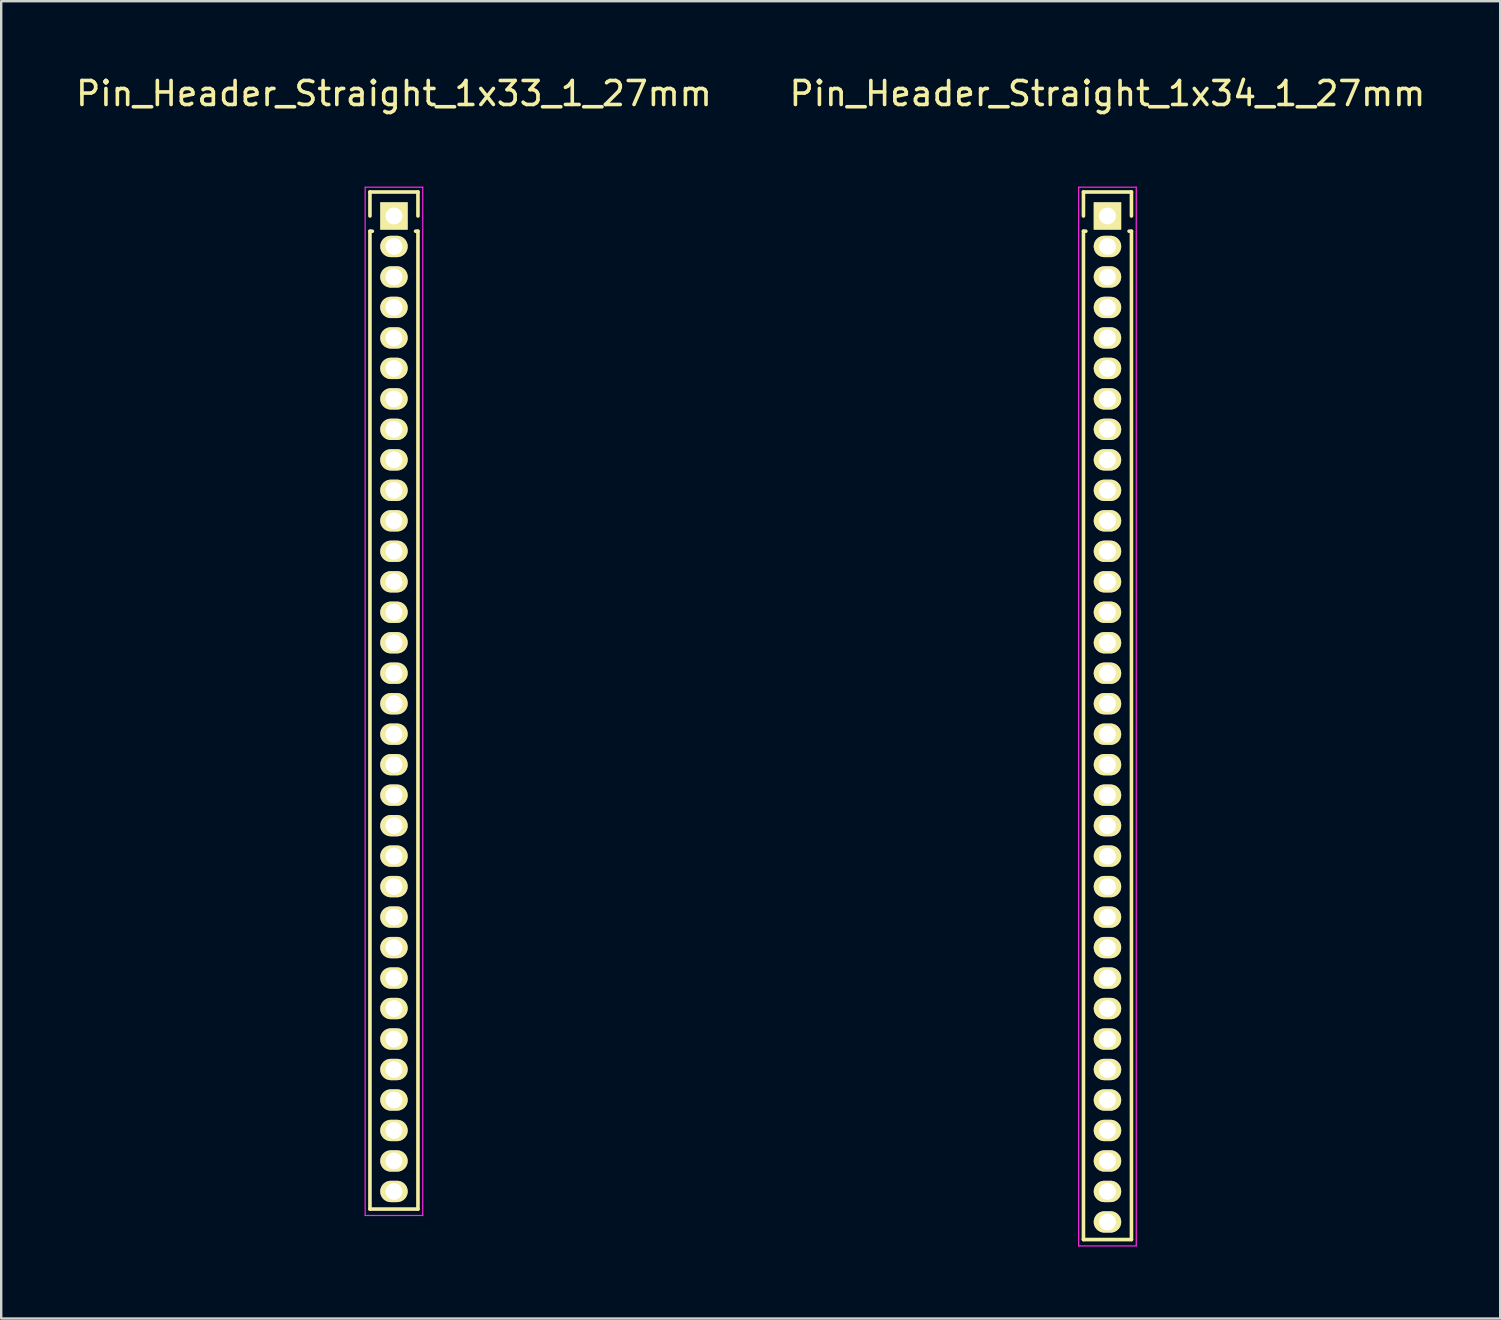
<source format=kicad_pcb>
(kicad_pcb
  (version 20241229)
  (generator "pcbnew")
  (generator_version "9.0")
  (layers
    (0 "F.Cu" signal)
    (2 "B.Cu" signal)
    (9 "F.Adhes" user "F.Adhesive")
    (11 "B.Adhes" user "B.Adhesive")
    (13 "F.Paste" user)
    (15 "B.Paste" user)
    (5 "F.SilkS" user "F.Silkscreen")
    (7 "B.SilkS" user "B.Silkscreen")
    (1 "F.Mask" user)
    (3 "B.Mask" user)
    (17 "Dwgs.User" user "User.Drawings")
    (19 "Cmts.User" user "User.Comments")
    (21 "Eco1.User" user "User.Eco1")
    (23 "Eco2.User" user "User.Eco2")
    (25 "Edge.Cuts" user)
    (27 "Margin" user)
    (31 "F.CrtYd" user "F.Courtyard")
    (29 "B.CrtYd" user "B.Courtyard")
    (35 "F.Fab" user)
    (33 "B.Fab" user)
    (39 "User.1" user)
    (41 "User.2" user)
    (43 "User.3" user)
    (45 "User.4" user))
  (footprint "Pin_Header_Straight_1x33_1_27mm"
    (layer "F.Cu")
    (at 13.363 5.948)
    (property "Reference" "Pin_Header_Straight_1x33_1_27mm" (at 0 -5.1 0) (layer "F.SilkS") (effects (font (size 1 1) (thickness 0.15))))
    (attr through_hole)
    (fp_line (start -1 -1) (end 1 -1) (stroke (width 0.15) (type solid)) (layer "F.SilkS"))
    (fp_line (start -1 0) (end -1 -1) (stroke (width 0.15) (type solid)) (layer "F.SilkS"))
    (fp_line (start -1 0.635) (end -1 41.375) (stroke (width 0.15) (type solid)) (layer "F.SilkS"))
    (fp_line (start -1 41.375) (end 1 41.375) (stroke (width 0.15) (type solid)) (layer "F.SilkS"))
    (fp_line (start -0.9 0.635) (end -1 0.635) (stroke (width 0.15) (type solid)) (layer "F.SilkS"))
    (fp_line (start 0.9 0.635) (end 1 0.635) (stroke (width 0.15) (type solid)) (layer "F.SilkS"))
    (fp_line (start 1 -1) (end 1 0) (stroke (width 0.15) (type solid)) (layer "F.SilkS"))
    (fp_line (start 1 0.635) (end 1 41.375) (stroke (width 0.15) (type solid)) (layer "F.SilkS"))
    (fp_line (start -1.2 -1.2) (end -1.2 41.64) (stroke (width 0.05) (type solid)) (layer "F.CrtYd"))
    (fp_line (start -1.2 -1.2) (end 1.2 -1.2) (stroke (width 0.05) (type solid)) (layer "F.CrtYd"))
    (fp_line (start -1.2 41.64) (end 1.2 41.64) (stroke (width 0.05) (type solid)) (layer "F.CrtYd"))
    (fp_line (start 1.2 -1.2) (end 1.2 41.64) (stroke (width 0.05) (type solid)) (layer "F.CrtYd"))
    (pad "1" thru_hole rect (at 0 0) (size 1.143 1.143) (drill 0.7) (layers "*.Cu" "*.Mask" "F.SilkS"))
    (pad "2" thru_hole oval (at 0 1.27) (size 1.143 0.889) (drill 0.7) (layers "*.Cu" "*.Mask" "F.SilkS"))
    (pad "3" thru_hole oval (at 0 2.54) (size 1.143 0.889) (drill 0.7) (layers "*.Cu" "*.Mask" "F.SilkS"))
    (pad "4" thru_hole oval (at 0 3.81) (size 1.143 0.889) (drill 0.7) (layers "*.Cu" "*.Mask" "F.SilkS"))
    (pad "5" thru_hole oval (at 0 5.08) (size 1.143 0.889) (drill 0.7) (layers "*.Cu" "*.Mask" "F.SilkS"))
    (pad "6" thru_hole oval (at 0 6.35) (size 1.143 0.889) (drill 0.7) (layers "*.Cu" "*.Mask" "F.SilkS"))
    (pad "7" thru_hole oval (at 0 7.62) (size 1.143 0.889) (drill 0.7) (layers "*.Cu" "*.Mask" "F.SilkS"))
    (pad "8" thru_hole oval (at 0 8.89) (size 1.143 0.889) (drill 0.7) (layers "*.Cu" "*.Mask" "F.SilkS"))
    (pad "9" thru_hole oval (at 0 10.16) (size 1.143 0.889) (drill 0.7) (layers "*.Cu" "*.Mask" "F.SilkS"))
    (pad "10" thru_hole oval (at 0 11.43) (size 1.143 0.889) (drill 0.7) (layers "*.Cu" "*.Mask" "F.SilkS"))
    (pad "11" thru_hole oval (at 0 12.7) (size 1.143 0.889) (drill 0.7) (layers "*.Cu" "*.Mask" "F.SilkS"))
    (pad "12" thru_hole oval (at 0 13.97) (size 1.143 0.889) (drill 0.7) (layers "*.Cu" "*.Mask" "F.SilkS"))
    (pad "13" thru_hole oval (at 0 15.24) (size 1.143 0.889) (drill 0.7) (layers "*.Cu" "*.Mask" "F.SilkS"))
    (pad "14" thru_hole oval (at 0 16.51) (size 1.143 0.889) (drill 0.7) (layers "*.Cu" "*.Mask" "F.SilkS"))
    (pad "15" thru_hole oval (at 0 17.78) (size 1.143 0.889) (drill 0.7) (layers "*.Cu" "*.Mask" "F.SilkS"))
    (pad "16" thru_hole oval (at 0 19.05) (size 1.143 0.889) (drill 0.7) (layers "*.Cu" "*.Mask" "F.SilkS"))
    (pad "17" thru_hole oval (at 0 20.32) (size 1.143 0.889) (drill 0.7) (layers "*.Cu" "*.Mask" "F.SilkS"))
    (pad "18" thru_hole oval (at 0 21.59) (size 1.143 0.889) (drill 0.7) (layers "*.Cu" "*.Mask" "F.SilkS"))
    (pad "19" thru_hole oval (at 0 22.86) (size 1.143 0.889) (drill 0.7) (layers "*.Cu" "*.Mask" "F.SilkS"))
    (pad "20" thru_hole oval (at 0 24.13) (size 1.143 0.889) (drill 0.7) (layers "*.Cu" "*.Mask" "F.SilkS"))
    (pad "21" thru_hole oval (at 0 25.4) (size 1.143 0.889) (drill 0.7) (layers "*.Cu" "*.Mask" "F.SilkS"))
    (pad "22" thru_hole oval (at 0 26.67) (size 1.143 0.889) (drill 0.7) (layers "*.Cu" "*.Mask" "F.SilkS"))
    (pad "23" thru_hole oval (at 0 27.94) (size 1.143 0.889) (drill 0.7) (layers "*.Cu" "*.Mask" "F.SilkS"))
    (pad "24" thru_hole oval (at 0 29.21) (size 1.143 0.889) (drill 0.7) (layers "*.Cu" "*.Mask" "F.SilkS"))
    (pad "25" thru_hole oval (at 0 30.48) (size 1.143 0.889) (drill 0.7) (layers "*.Cu" "*.Mask" "F.SilkS"))
    (pad "26" thru_hole oval (at 0 31.75) (size 1.143 0.889) (drill 0.7) (layers "*.Cu" "*.Mask" "F.SilkS"))
    (pad "27" thru_hole oval (at 0 33.02) (size 1.143 0.889) (drill 0.7) (layers "*.Cu" "*.Mask" "F.SilkS"))
    (pad "28" thru_hole oval (at 0 34.29) (size 1.143 0.889) (drill 0.7) (layers "*.Cu" "*.Mask" "F.SilkS"))
    (pad "29" thru_hole oval (at 0 35.56) (size 1.143 0.889) (drill 0.7) (layers "*.Cu" "*.Mask" "F.SilkS"))
    (pad "30" thru_hole oval (at 0 36.83) (size 1.143 0.889) (drill 0.7) (layers "*.Cu" "*.Mask" "F.SilkS"))
    (pad "31" thru_hole oval (at 0 38.1) (size 1.143 0.889) (drill 0.7) (layers "*.Cu" "*.Mask" "F.SilkS"))
    (pad "32" thru_hole oval (at 0 39.37) (size 1.143 0.889) (drill 0.7) (layers "*.Cu" "*.Mask" "F.SilkS"))
    (pad "33" thru_hole oval (at 0 40.64) (size 1.143 0.889) (drill 0.7) (layers "*.Cu" "*.Mask" "F.SilkS")))
  (footprint "Pin_Header_Straight_1x34_1_27mm"
    (layer "F.Cu")
    (at 43.089 5.948)
    (property "Reference" "Pin_Header_Straight_1x34_1_27mm" (at 0 -5.1 0) (layer "F.SilkS") (effects (font (size 1 1) (thickness 0.15))))
    (attr through_hole)
    (fp_line (start -1 -1) (end 1 -1) (stroke (width 0.15) (type solid)) (layer "F.SilkS"))
    (fp_line (start -1 0) (end -1 -1) (stroke (width 0.15) (type solid)) (layer "F.SilkS"))
    (fp_line (start -1 0.635) (end -1 42.645) (stroke (width 0.15) (type solid)) (layer "F.SilkS"))
    (fp_line (start -1 42.645) (end 1 42.645) (stroke (width 0.15) (type solid)) (layer "F.SilkS"))
    (fp_line (start -0.9 0.635) (end -1 0.635) (stroke (width 0.15) (type solid)) (layer "F.SilkS"))
    (fp_line (start 0.9 0.635) (end 1 0.635) (stroke (width 0.15) (type solid)) (layer "F.SilkS"))
    (fp_line (start 1 -1) (end 1 0) (stroke (width 0.15) (type solid)) (layer "F.SilkS"))
    (fp_line (start 1 0.635) (end 1 42.645) (stroke (width 0.15) (type solid)) (layer "F.SilkS"))
    (fp_line (start -1.2 -1.2) (end -1.2 42.91) (stroke (width 0.05) (type solid)) (layer "F.CrtYd"))
    (fp_line (start -1.2 -1.2) (end 1.2 -1.2) (stroke (width 0.05) (type solid)) (layer "F.CrtYd"))
    (fp_line (start -1.2 42.91) (end 1.2 42.91) (stroke (width 0.05) (type solid)) (layer "F.CrtYd"))
    (fp_line (start 1.2 -1.2) (end 1.2 42.91) (stroke (width 0.05) (type solid)) (layer "F.CrtYd"))
    (pad "1" thru_hole rect (at 0 0) (size 1.143 1.143) (drill 0.7) (layers "*.Cu" "*.Mask" "F.SilkS"))
    (pad "2" thru_hole oval (at 0 1.27) (size 1.143 0.889) (drill 0.7) (layers "*.Cu" "*.Mask" "F.SilkS"))
    (pad "3" thru_hole oval (at 0 2.54) (size 1.143 0.889) (drill 0.7) (layers "*.Cu" "*.Mask" "F.SilkS"))
    (pad "4" thru_hole oval (at 0 3.81) (size 1.143 0.889) (drill 0.7) (layers "*.Cu" "*.Mask" "F.SilkS"))
    (pad "5" thru_hole oval (at 0 5.08) (size 1.143 0.889) (drill 0.7) (layers "*.Cu" "*.Mask" "F.SilkS"))
    (pad "6" thru_hole oval (at 0 6.35) (size 1.143 0.889) (drill 0.7) (layers "*.Cu" "*.Mask" "F.SilkS"))
    (pad "7" thru_hole oval (at 0 7.62) (size 1.143 0.889) (drill 0.7) (layers "*.Cu" "*.Mask" "F.SilkS"))
    (pad "8" thru_hole oval (at 0 8.89) (size 1.143 0.889) (drill 0.7) (layers "*.Cu" "*.Mask" "F.SilkS"))
    (pad "9" thru_hole oval (at 0 10.16) (size 1.143 0.889) (drill 0.7) (layers "*.Cu" "*.Mask" "F.SilkS"))
    (pad "10" thru_hole oval (at 0 11.43) (size 1.143 0.889) (drill 0.7) (layers "*.Cu" "*.Mask" "F.SilkS"))
    (pad "11" thru_hole oval (at 0 12.7) (size 1.143 0.889) (drill 0.7) (layers "*.Cu" "*.Mask" "F.SilkS"))
    (pad "12" thru_hole oval (at 0 13.97) (size 1.143 0.889) (drill 0.7) (layers "*.Cu" "*.Mask" "F.SilkS"))
    (pad "13" thru_hole oval (at 0 15.24) (size 1.143 0.889) (drill 0.7) (layers "*.Cu" "*.Mask" "F.SilkS"))
    (pad "14" thru_hole oval (at 0 16.51) (size 1.143 0.889) (drill 0.7) (layers "*.Cu" "*.Mask" "F.SilkS"))
    (pad "15" thru_hole oval (at 0 17.78) (size 1.143 0.889) (drill 0.7) (layers "*.Cu" "*.Mask" "F.SilkS"))
    (pad "16" thru_hole oval (at 0 19.05) (size 1.143 0.889) (drill 0.7) (layers "*.Cu" "*.Mask" "F.SilkS"))
    (pad "17" thru_hole oval (at 0 20.32) (size 1.143 0.889) (drill 0.7) (layers "*.Cu" "*.Mask" "F.SilkS"))
    (pad "18" thru_hole oval (at 0 21.59) (size 1.143 0.889) (drill 0.7) (layers "*.Cu" "*.Mask" "F.SilkS"))
    (pad "19" thru_hole oval (at 0 22.86) (size 1.143 0.889) (drill 0.7) (layers "*.Cu" "*.Mask" "F.SilkS"))
    (pad "20" thru_hole oval (at 0 24.13) (size 1.143 0.889) (drill 0.7) (layers "*.Cu" "*.Mask" "F.SilkS"))
    (pad "21" thru_hole oval (at 0 25.4) (size 1.143 0.889) (drill 0.7) (layers "*.Cu" "*.Mask" "F.SilkS"))
    (pad "22" thru_hole oval (at 0 26.67) (size 1.143 0.889) (drill 0.7) (layers "*.Cu" "*.Mask" "F.SilkS"))
    (pad "23" thru_hole oval (at 0 27.94) (size 1.143 0.889) (drill 0.7) (layers "*.Cu" "*.Mask" "F.SilkS"))
    (pad "24" thru_hole oval (at 0 29.21) (size 1.143 0.889) (drill 0.7) (layers "*.Cu" "*.Mask" "F.SilkS"))
    (pad "25" thru_hole oval (at 0 30.48) (size 1.143 0.889) (drill 0.7) (layers "*.Cu" "*.Mask" "F.SilkS"))
    (pad "26" thru_hole oval (at 0 31.75) (size 1.143 0.889) (drill 0.7) (layers "*.Cu" "*.Mask" "F.SilkS"))
    (pad "27" thru_hole oval (at 0 33.02) (size 1.143 0.889) (drill 0.7) (layers "*.Cu" "*.Mask" "F.SilkS"))
    (pad "28" thru_hole oval (at 0 34.29) (size 1.143 0.889) (drill 0.7) (layers "*.Cu" "*.Mask" "F.SilkS"))
    (pad "29" thru_hole oval (at 0 35.56) (size 1.143 0.889) (drill 0.7) (layers "*.Cu" "*.Mask" "F.SilkS"))
    (pad "30" thru_hole oval (at 0 36.83) (size 1.143 0.889) (drill 0.7) (layers "*.Cu" "*.Mask" "F.SilkS"))
    (pad "31" thru_hole oval (at 0 38.1) (size 1.143 0.889) (drill 0.7) (layers "*.Cu" "*.Mask" "F.SilkS"))
    (pad "32" thru_hole oval (at 0 39.37) (size 1.143 0.889) (drill 0.7) (layers "*.Cu" "*.Mask" "F.SilkS"))
    (pad "33" thru_hole oval (at 0 40.64) (size 1.143 0.889) (drill 0.7) (layers "*.Cu" "*.Mask" "F.SilkS"))
    (pad "34" thru_hole oval (at 0 41.91) (size 1.143 0.889) (drill 0.7) (layers "*.Cu" "*.Mask" "F.SilkS")))
  (gr_rect
    (start -3 -3)
    (end 59.452 51.883)
    (stroke (width 0.1) (type default))
    (fill no)
    (layer "Edge.Cuts")))
</source>
